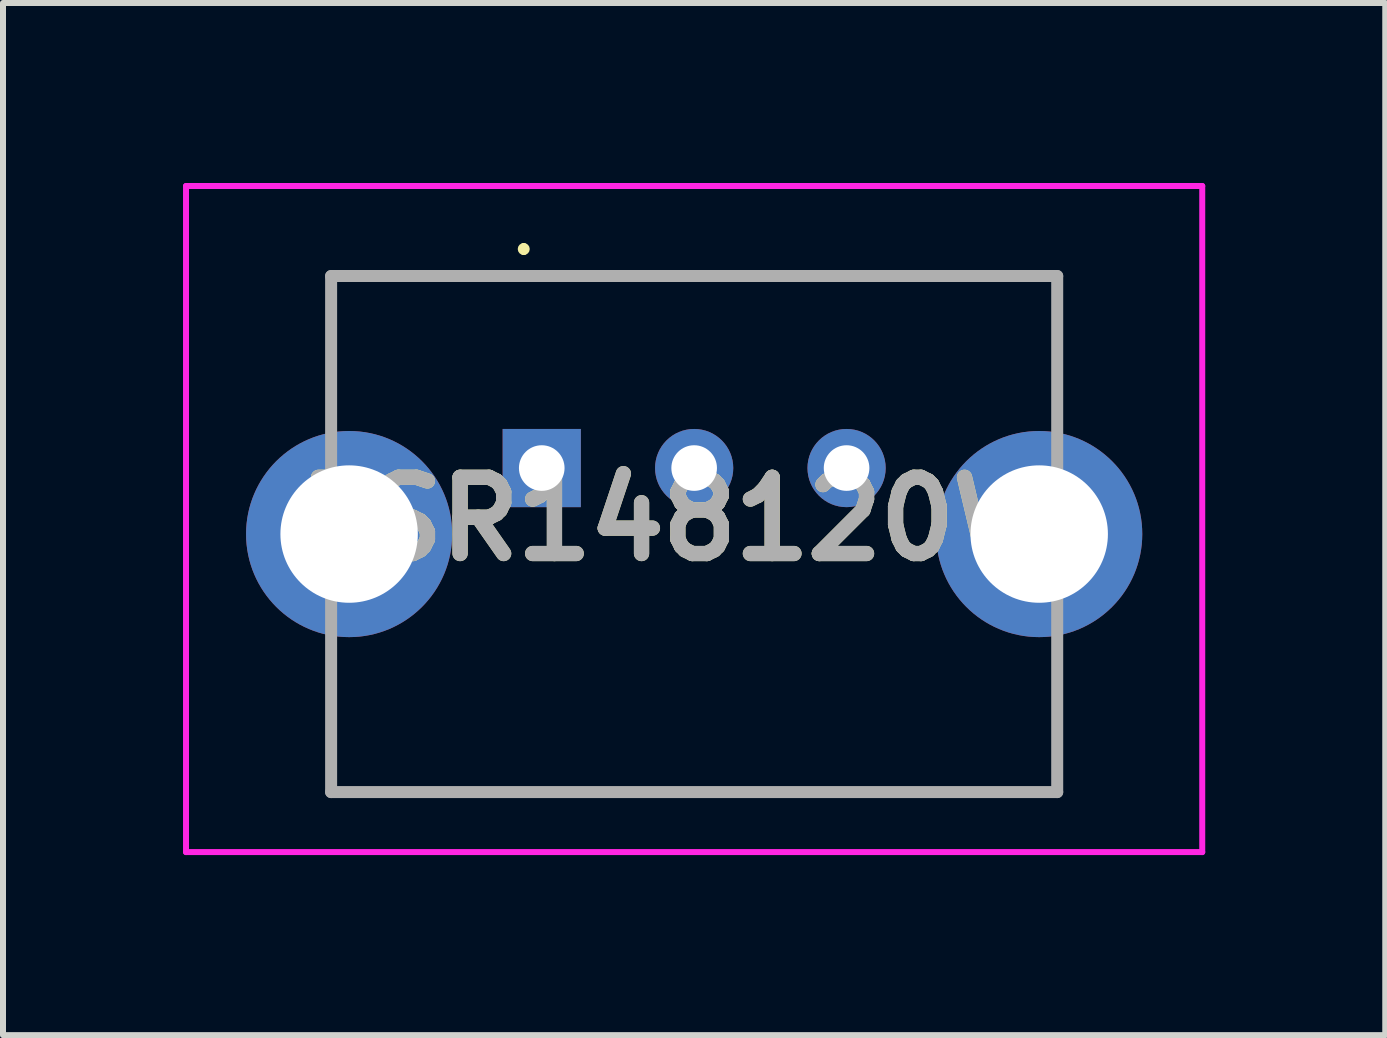
<source format=kicad_pcb>
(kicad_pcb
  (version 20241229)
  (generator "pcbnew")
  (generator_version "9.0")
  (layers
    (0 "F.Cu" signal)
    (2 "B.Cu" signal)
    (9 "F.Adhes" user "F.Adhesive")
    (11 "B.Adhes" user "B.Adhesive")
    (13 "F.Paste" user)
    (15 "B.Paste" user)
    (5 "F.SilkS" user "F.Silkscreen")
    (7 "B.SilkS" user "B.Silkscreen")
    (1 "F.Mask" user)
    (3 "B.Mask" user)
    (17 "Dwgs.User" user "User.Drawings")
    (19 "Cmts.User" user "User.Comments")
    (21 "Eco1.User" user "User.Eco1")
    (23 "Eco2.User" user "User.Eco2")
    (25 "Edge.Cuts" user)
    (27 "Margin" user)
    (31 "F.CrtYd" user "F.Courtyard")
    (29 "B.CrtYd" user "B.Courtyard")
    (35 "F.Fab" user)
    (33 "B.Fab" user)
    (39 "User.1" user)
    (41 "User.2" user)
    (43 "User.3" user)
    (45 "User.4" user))
  (footprint "TSR148120WI"
    (layer "F.Cu")
    (at 5.978 4.75)
    (property "Reference" "TSR148120WI" (at 2.54 0.85 0) (layer "F.SilkS") (effects (font (size 1.27 1.27) (thickness 0.254))))
    (attr through_hole)
    (fp_line (start -3.51 -3.2) (end 8.59 -3.2) (stroke (width 0.1) (type solid)) (layer "F.SilkS"))
    (fp_line (start -3.51 -0.9) (end -3.51 -3.2) (stroke (width 0.1) (type solid)) (layer "F.SilkS"))
    (fp_line (start -3.51 3) (end -3.51 5.4) (stroke (width 0.1) (type solid)) (layer "F.SilkS"))
    (fp_line (start -3.51 5.4) (end 8.59 5.4) (stroke (width 0.1) (type solid)) (layer "F.SilkS"))
    (fp_line (start -0.3 -3.7) (end -0.3 -3.7) (stroke (width 0.1) (type solid)) (layer "F.SilkS"))
    (fp_line (start -0.3 -3.6) (end -0.3 -3.6) (stroke (width 0.1) (type solid)) (layer "F.SilkS"))
    (fp_line (start 8.59 -3.2) (end 8.59 -0.9) (stroke (width 0.1) (type solid)) (layer "F.SilkS"))
    (fp_line (start 8.59 5.4) (end 8.59 3) (stroke (width 0.1) (type solid)) (layer "F.SilkS"))
    (fp_arc (start -0.3 -3.7) (mid -0.25 -3.65) (end -0.3 -3.6) (stroke (width 0.1) (type solid)) (layer "F.SilkS"))
    (fp_arc (start -0.3 -3.6) (mid -0.35 -3.65) (end -0.3 -3.7) (stroke (width 0.1) (type solid)) (layer "F.SilkS"))
    (fp_line (start -5.928 -4.7) (end -5.928 6.4) (stroke (width 0.1) (type solid)) (layer "F.CrtYd"))
    (fp_line (start -5.928 6.4) (end 11.007 6.4) (stroke (width 0.1) (type solid)) (layer "F.CrtYd"))
    (fp_line (start 11.007 -4.7) (end -5.928 -4.7) (stroke (width 0.1) (type solid)) (layer "F.CrtYd"))
    (fp_line (start 11.007 6.4) (end 11.007 -4.7) (stroke (width 0.1) (type solid)) (layer "F.CrtYd"))
    (fp_line (start -3.51 -3.2) (end -3.51 5.4) (stroke (width 0.2) (type solid)) (layer "F.Fab"))
    (fp_line (start -3.51 5.4) (end 8.59 5.4) (stroke (width 0.2) (type solid)) (layer "F.Fab"))
    (fp_line (start 8.59 -3.2) (end -3.51 -3.2) (stroke (width 0.2) (type solid)) (layer "F.Fab"))
    (fp_line (start 8.59 5.4) (end 8.59 -3.2) (stroke (width 0.2) (type solid)) (layer "F.Fab"))
    (fp_text user "${REFERENCE}" (at 2.54 0.85 0) (layer "F.Fab") (effects (font (size 1.27 1.27) (thickness 0.254))))
    (pad "1" thru_hole rect (at 0 0) (size 1.303 1.303) (drill 0.76) (layers "*.Cu" "*.Mask"))
    (pad "2" thru_hole circle (at 2.54 0) (size 1.303 1.303) (drill 0.76) (layers "*.Cu" "*.Mask"))
    (pad "3" thru_hole circle (at 5.08 0) (size 1.303 1.303) (drill 0.76) (layers "*.Cu" "*.Mask"))
    (pad "4" thru_hole circle (at -3.21 1.1) (size 3.435 3.435) (drill 2.29) (layers "*.Cu" "*.Mask"))
    (pad "5" thru_hole circle (at 8.29 1.1) (size 3.435 3.435) (drill 2.29) (layers "*.Cu" "*.Mask")))
  (gr_rect
    (start -3 -3)
    (end 20.035 14.2)
    (stroke (width 0.1) (type default))
    (fill no)
    (layer "Edge.Cuts")))
</source>
